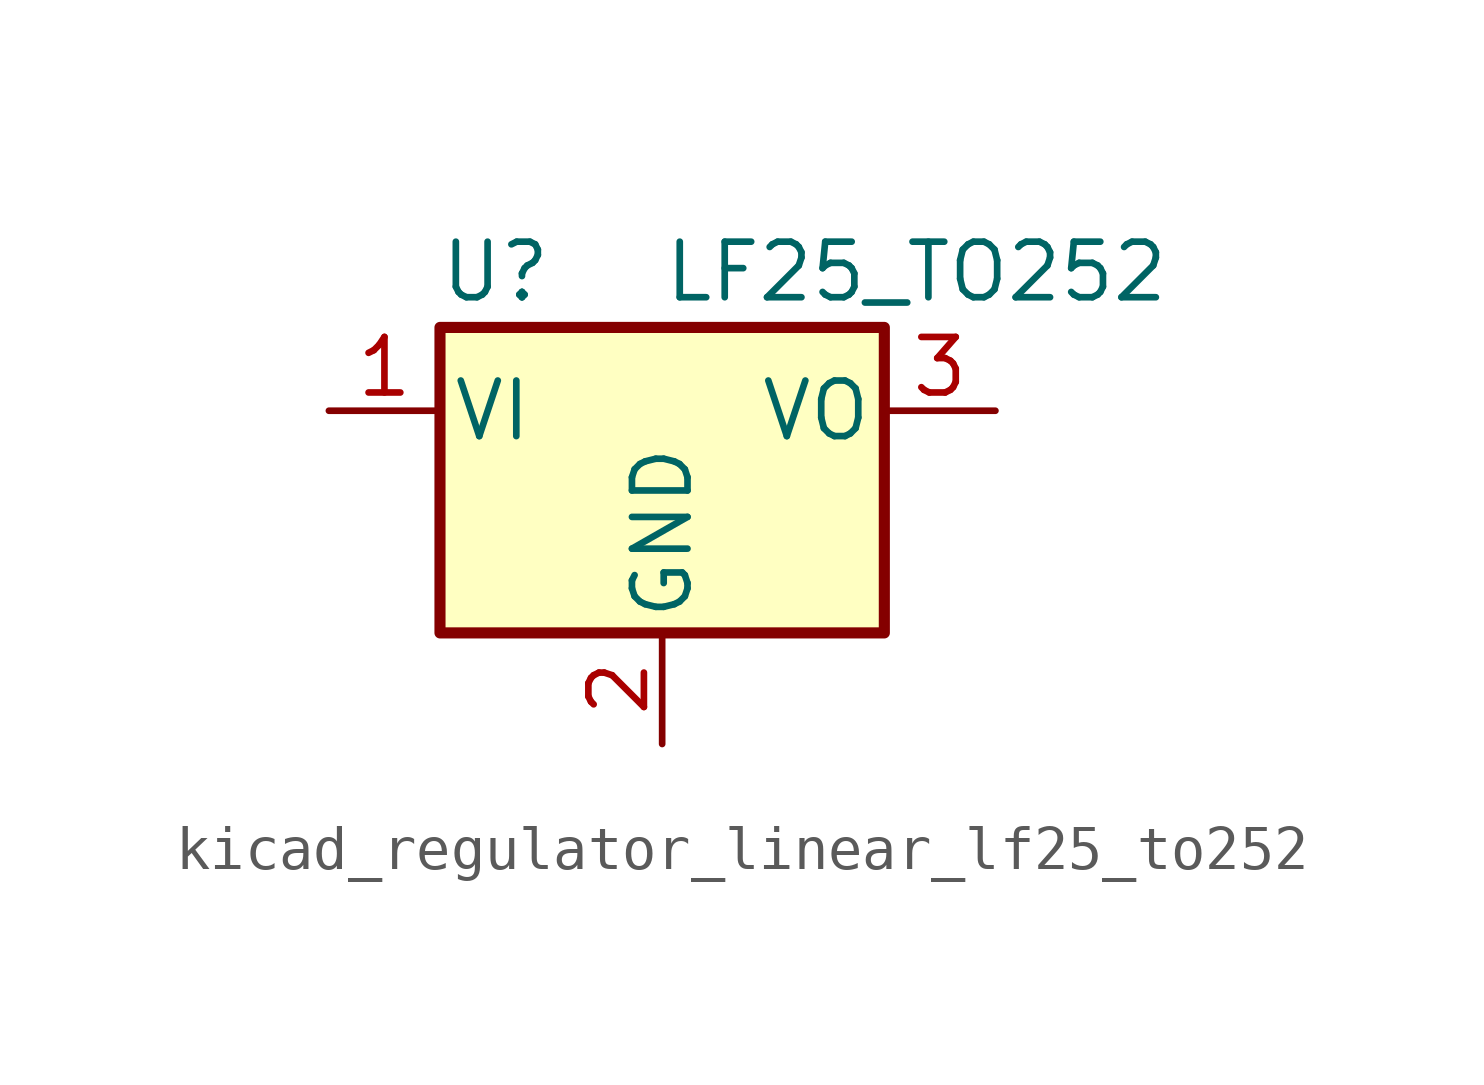
<source format=kicad_sym>
(kicad_symbol_lib
  (version 20220914)
  (generator kicad_symbol_editor)
  (symbol "kicad_regulator_linear_lf25_to252"
    (pin_names
      (offset 0.254))
    (property "Reference" "U"
      (at -3.81 3.175 0)
      (effects (font (size 1.27 1.27))))
    (property "Value" "LF25_TO252"
      (at 0 3.175 0)
      (effects (font (size 1.27 1.27)) (justify left)))
    (symbol "kicad_regulator_linear_lf25_to252_0_1"
      (rectangle (start -5.08 1.905) (end 5.08 -5.08) (stroke (width 0.254) (type default)) (fill (type background))))
    (symbol "kicad_regulator_linear_lf25_to252_1_1"
      (pin power_in line (at -7.62 0 0) (length 2.54) (name "VI" (effects (font (size 1.27 1.27)))) (number "1" (effects (font (size 1.27 1.27)))))
      (pin power_in line (at 0 -7.62 90) (length 2.54) (name "GND" (effects (font (size 1.27 1.27)))) (number "2" (effects (font (size 1.27 1.27)))))
      (pin power_out line (at 7.62 0 180) (length 2.54) (name "VO" (effects (font (size 1.27 1.27)))) (number "3" (effects (font (size 1.27 1.27))))))))
</source>
